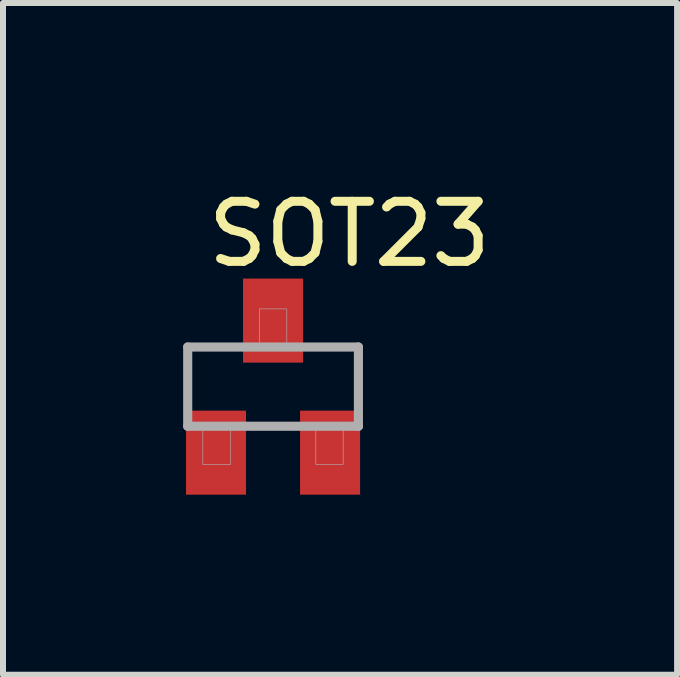
<source format=kicad_pcb>
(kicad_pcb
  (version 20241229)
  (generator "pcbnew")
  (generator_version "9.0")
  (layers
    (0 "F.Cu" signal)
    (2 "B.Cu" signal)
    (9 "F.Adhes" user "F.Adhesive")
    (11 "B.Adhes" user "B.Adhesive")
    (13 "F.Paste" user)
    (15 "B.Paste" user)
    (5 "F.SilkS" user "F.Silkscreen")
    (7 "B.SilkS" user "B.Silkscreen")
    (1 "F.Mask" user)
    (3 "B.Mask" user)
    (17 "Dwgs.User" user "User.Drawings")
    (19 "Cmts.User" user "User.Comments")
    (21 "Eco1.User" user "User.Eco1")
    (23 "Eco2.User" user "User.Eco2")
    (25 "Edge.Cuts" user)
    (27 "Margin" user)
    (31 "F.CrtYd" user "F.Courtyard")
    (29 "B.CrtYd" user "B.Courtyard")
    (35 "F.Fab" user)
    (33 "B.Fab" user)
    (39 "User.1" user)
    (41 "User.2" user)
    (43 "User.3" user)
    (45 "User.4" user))
  (footprint "SOT23"
    (layer "F.Cu")
    (at 1.499 3.391)
    (property "Reference" "SOT23" (at 1.271 -2.542 0) (layer "F.SilkS") (effects (font (size 1.001 1.001) (thickness 0.15))))
    (attr through_hole)
    (fp_line (start -1.422 -0.66) (end 1.422 -0.66) (stroke (width 0.152) (type solid)) (layer "F.Fab"))
    (fp_line (start -1.422 0.66) (end -1.422 -0.66) (stroke (width 0.152) (type solid)) (layer "F.Fab"))
    (fp_line (start 1.422 -0.66) (end 1.422 0.66) (stroke (width 0.152) (type solid)) (layer "F.Fab"))
    (fp_line (start 1.422 0.66) (end -1.422 0.66) (stroke (width 0.152) (type solid)) (layer "F.Fab"))
    (fp_poly (pts (xy -1.17 0.711) (xy -0.711 0.711) (xy -0.711 1.298) (xy -1.17 1.298)) (stroke (width 0.01) (type solid)) (fill no) (layer "F.Fab"))
    (fp_poly (pts (xy -0.229 -1.295) (xy 0.229 -1.295) (xy 0.229 -0.712) (xy -0.229 -0.712)) (stroke (width 0.01) (type solid)) (fill no) (layer "F.Fab"))
    (fp_poly (pts (xy 0.712 0.711) (xy 1.168 0.711) (xy 1.168 1.296) (xy 0.712 1.296)) (stroke (width 0.01) (type solid)) (fill no) (layer "F.Fab"))
    (pad "1" smd rect (at -0.95 1.1) (size 1 1.4) (layers "F.Cu" "F.Mask" "F.Paste"))
    (pad "2" smd rect (at 0.95 1.1) (size 1 1.4) (layers "F.Cu" "F.Mask" "F.Paste"))
    (pad "3" smd rect (at 0 -1.1) (size 1 1.4) (layers "F.Cu" "F.Mask" "F.Paste")))
  (gr_rect
    (start -3 -3)
    (end 8.23 8.191)
    (stroke (width 0.1) (type default))
    (fill no)
    (layer "Edge.Cuts")))
</source>
